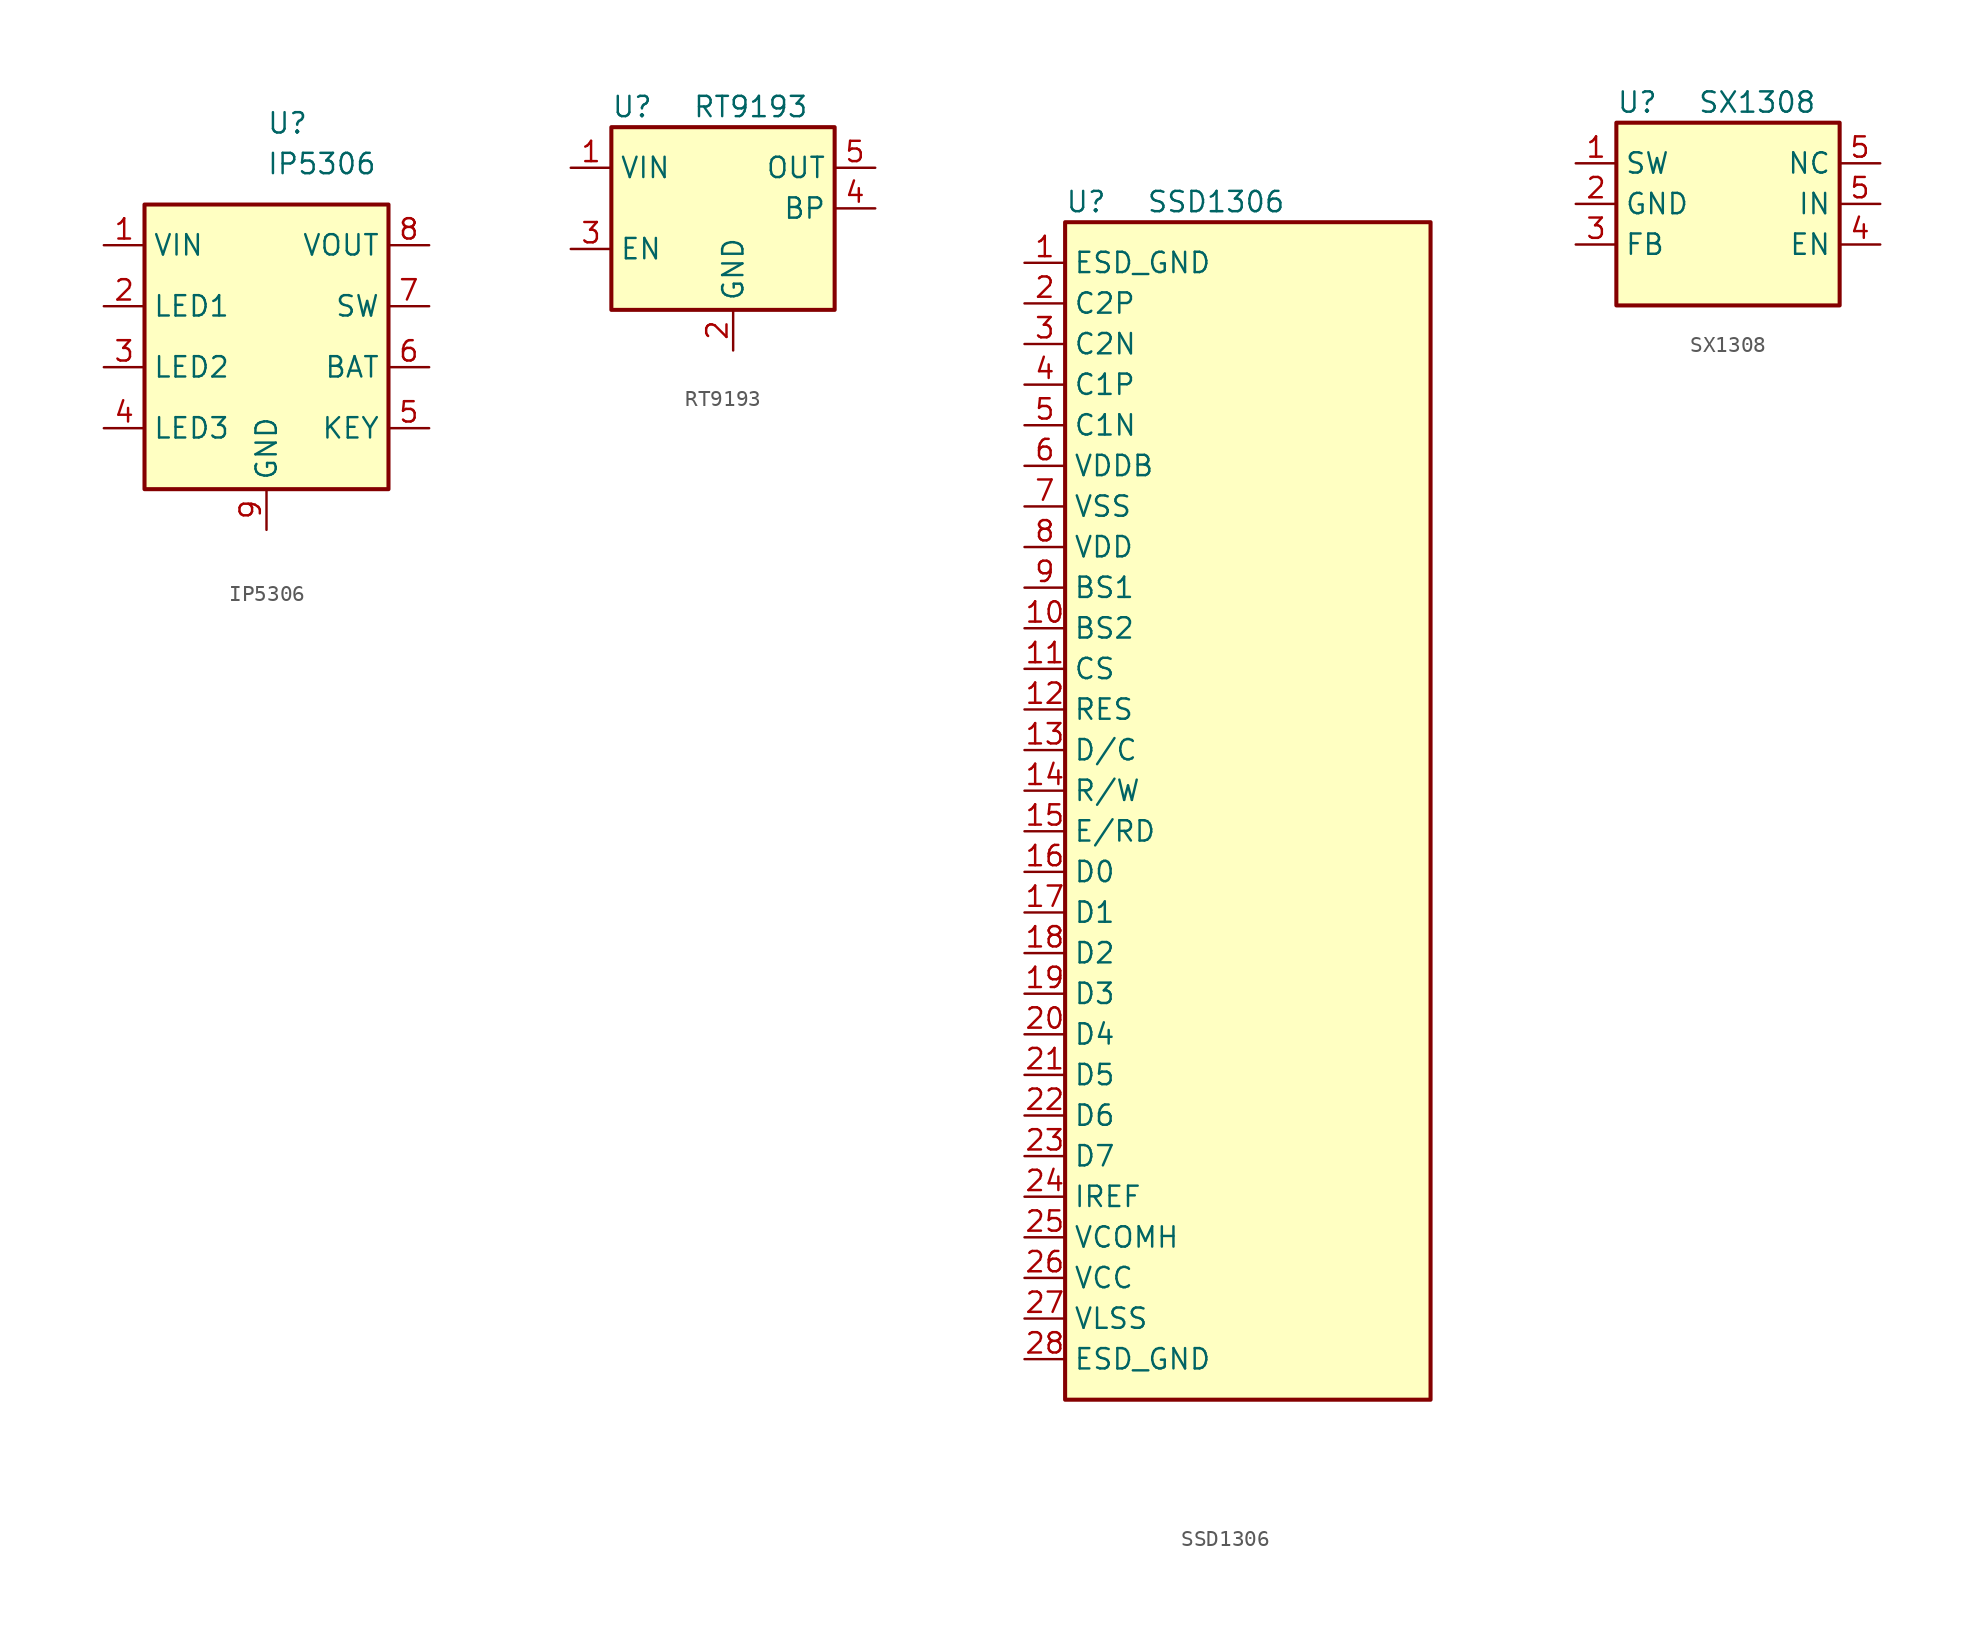
<source format=kicad_sym>
(kicad_symbol_lib
  (version 20220914)
  (generator kicad_symbol_editor)
  (symbol "IP5306"
    (property "Reference" "U"
      (at 7.62 5.08 0)
      (effects (font (size 1.27 1.27)) (justify left)))
    (property "Value" "IP5306"
      (at 7.62 2.54 0)
      (effects (font (size 1.27 1.27)) (justify left)))
    (symbol "IP5306_0_1"
      (rectangle (start 0 0) (end 15.24 -17.78) (stroke (width 0.254) (type default)) (fill (type background))))
    (symbol "IP5306_1_1"
      (pin bidirectional line (at -2.54 -2.54 0) (length 2.54) (name "VIN" (effects (font (size 1.27 1.27)))) (number "1" (effects (font (size 1.27 1.27)))))
      (pin bidirectional line (at -2.54 -6.35 0) (length 2.54) (name "LED1" (effects (font (size 1.27 1.27)))) (number "2" (effects (font (size 1.27 1.27)))))
      (pin bidirectional line (at -2.54 -10.16 0) (length 2.54) (name "LED2" (effects (font (size 1.27 1.27)))) (number "3" (effects (font (size 1.27 1.27)))))
      (pin bidirectional line (at -2.54 -13.97 0) (length 2.54) (name "LED3" (effects (font (size 1.27 1.27)))) (number "4" (effects (font (size 1.27 1.27)))))
      (pin bidirectional line (at 17.78 -13.97 180) (length 2.54) (name "KEY" (effects (font (size 1.27 1.27)))) (number "5" (effects (font (size 1.27 1.27)))))
      (pin bidirectional line (at 17.78 -10.16 180) (length 2.54) (name "BAT" (effects (font (size 1.27 1.27)))) (number "6" (effects (font (size 1.27 1.27)))))
      (pin bidirectional line (at 17.78 -6.35 180) (length 2.54) (name "SW" (effects (font (size 1.27 1.27)))) (number "7" (effects (font (size 1.27 1.27)))))
      (pin bidirectional line (at 17.78 -2.54 180) (length 2.54) (name "VOUT" (effects (font (size 1.27 1.27)))) (number "8" (effects (font (size 1.27 1.27)))))
      (pin bidirectional line (at 7.62 -20.32 90) (length 2.54) (name "GND" (effects (font (size 1.27 1.27)))) (number "9" (effects (font (size 1.27 1.27)))))))
  (symbol "RT9193"
    (property "Reference" "U"
      (at 0 1.27 0)
      (effects (font (size 1.27 1.27)) (justify left)))
    (property "Value" "RT9193"
      (at 5.08 1.27 0)
      (effects (font (size 1.27 1.27)) (justify left)))
    (symbol "RT9193_0_1"
      (rectangle (start 0 0) (end 13.97 -11.43) (stroke (width 0.254) (type default)) (fill (type background))))
    (symbol "RT9193_1_0"
      (pin bidirectional line (at -2.54 -2.54 0) (length 2.54) (name "VIN" (effects (font (size 1.27 1.27)))) (number "1" (effects (font (size 1.27 1.27)))))
      (pin bidirectional line (at 7.62 -13.97 90) (length 2.54) (name "GND" (effects (font (size 1.27 1.27)))) (number "2" (effects (font (size 1.27 1.27)))))
      (pin bidirectional line (at -2.54 -7.62 0) (length 2.54) (name "EN" (effects (font (size 1.27 1.27)))) (number "3" (effects (font (size 1.27 1.27)))))
      (pin bidirectional line (at 16.51 -5.08 180) (length 2.54) (name "BP" (effects (font (size 1.27 1.27)))) (number "4" (effects (font (size 1.27 1.27)))))
      (pin bidirectional line (at 16.51 -2.54 180) (length 2.54) (name "OUT" (effects (font (size 1.27 1.27)))) (number "5" (effects (font (size 1.27 1.27)))))))
  (symbol "SSD1306"
    (property "Reference" "U"
      (at 0 1.27 0)
      (effects (font (size 1.27 1.27)) (justify left)))
    (property "Value" "SSD1306"
      (at 5.08 1.27 0)
      (effects (font (size 1.27 1.27)) (justify left)))
    (symbol "SSD1306_0_1"
      (rectangle (start 0 0) (end 22.86 -73.66) (stroke (width 0.254) (type default)) (fill (type background))))
    (symbol "SSD1306_1_0"
      (pin bidirectional line (at -2.54 -2.54 0) (length 2.54) (name "ESD_GND" (effects (font (size 1.27 1.27)))) (number "1" (effects (font (size 1.27 1.27)))))
      (pin bidirectional line (at -2.54 -25.4 0) (length 2.54) (name "BS2" (effects (font (size 1.27 1.27)))) (number "10" (effects (font (size 1.27 1.27)))))
      (pin bidirectional line (at -2.54 -27.94 0) (length 2.54) (name "CS" (effects (font (size 1.27 1.27)))) (number "11" (effects (font (size 1.27 1.27)))))
      (pin bidirectional line (at -2.54 -30.48 0) (length 2.54) (name "RES" (effects (font (size 1.27 1.27)))) (number "12" (effects (font (size 1.27 1.27)))))
      (pin bidirectional line (at -2.54 -33.02 0) (length 2.54) (name "D/C" (effects (font (size 1.27 1.27)))) (number "13" (effects (font (size 1.27 1.27)))))
      (pin bidirectional line (at -2.54 -35.56 0) (length 2.54) (name "R/W" (effects (font (size 1.27 1.27)))) (number "14" (effects (font (size 1.27 1.27)))))
      (pin bidirectional line (at -2.54 -38.1 0) (length 2.54) (name "E/RD" (effects (font (size 1.27 1.27)))) (number "15" (effects (font (size 1.27 1.27)))))
      (pin bidirectional line (at -2.54 -40.64 0) (length 2.54) (name "D0" (effects (font (size 1.27 1.27)))) (number "16" (effects (font (size 1.27 1.27)))))
      (pin bidirectional line (at -2.54 -43.18 0) (length 2.54) (name "D1" (effects (font (size 1.27 1.27)))) (number "17" (effects (font (size 1.27 1.27)))))
      (pin bidirectional line (at -2.54 -45.72 0) (length 2.54) (name "D2" (effects (font (size 1.27 1.27)))) (number "18" (effects (font (size 1.27 1.27)))))
      (pin bidirectional line (at -2.54 -48.26 0) (length 2.54) (name "D3" (effects (font (size 1.27 1.27)))) (number "19" (effects (font (size 1.27 1.27)))))
      (pin bidirectional line (at -2.54 -5.08 0) (length 2.54) (name "C2P" (effects (font (size 1.27 1.27)))) (number "2" (effects (font (size 1.27 1.27)))))
      (pin bidirectional line (at -2.54 -50.8 0) (length 2.54) (name "D4" (effects (font (size 1.27 1.27)))) (number "20" (effects (font (size 1.27 1.27)))))
      (pin bidirectional line (at -2.54 -53.34 0) (length 2.54) (name "D5" (effects (font (size 1.27 1.27)))) (number "21" (effects (font (size 1.27 1.27)))))
      (pin bidirectional line (at -2.54 -55.88 0) (length 2.54) (name "D6" (effects (font (size 1.27 1.27)))) (number "22" (effects (font (size 1.27 1.27)))))
      (pin bidirectional line (at -2.54 -58.42 0) (length 2.54) (name "D7" (effects (font (size 1.27 1.27)))) (number "23" (effects (font (size 1.27 1.27)))))
      (pin bidirectional line (at -2.54 -60.96 0) (length 2.54) (name "IREF" (effects (font (size 1.27 1.27)))) (number "24" (effects (font (size 1.27 1.27)))))
      (pin bidirectional line (at -2.54 -63.5 0) (length 2.54) (name "VCOMH" (effects (font (size 1.27 1.27)))) (number "25" (effects (font (size 1.27 1.27)))))
      (pin bidirectional line (at -2.54 -66.04 0) (length 2.54) (name "VCC" (effects (font (size 1.27 1.27)))) (number "26" (effects (font (size 1.27 1.27)))))
      (pin bidirectional line (at -2.54 -68.58 0) (length 2.54) (name "VLSS" (effects (font (size 1.27 1.27)))) (number "27" (effects (font (size 1.27 1.27)))))
      (pin bidirectional line (at -2.54 -71.12 0) (length 2.54) (name "ESD_GND" (effects (font (size 1.27 1.27)))) (number "28" (effects (font (size 1.27 1.27)))))
      (pin bidirectional line (at -2.54 -7.62 0) (length 2.54) (name "C2N" (effects (font (size 1.27 1.27)))) (number "3" (effects (font (size 1.27 1.27)))))
      (pin bidirectional line (at -2.54 -10.16 0) (length 2.54) (name "C1P" (effects (font (size 1.27 1.27)))) (number "4" (effects (font (size 1.27 1.27)))))
      (pin bidirectional line (at -2.54 -12.7 0) (length 2.54) (name "C1N" (effects (font (size 1.27 1.27)))) (number "5" (effects (font (size 1.27 1.27)))))
      (pin bidirectional line (at -2.54 -15.24 0) (length 2.54) (name "VDDB" (effects (font (size 1.27 1.27)))) (number "6" (effects (font (size 1.27 1.27)))))
      (pin bidirectional line (at -2.54 -17.78 0) (length 2.54) (name "VSS" (effects (font (size 1.27 1.27)))) (number "7" (effects (font (size 1.27 1.27)))))
      (pin bidirectional line (at -2.54 -20.32 0) (length 2.54) (name "VDD" (effects (font (size 1.27 1.27)))) (number "8" (effects (font (size 1.27 1.27)))))
      (pin bidirectional line (at -2.54 -22.86 0) (length 2.54) (name "BS1" (effects (font (size 1.27 1.27)))) (number "9" (effects (font (size 1.27 1.27)))))))
  (symbol "SX1308"
    (property "Reference" "U"
      (at 0 1.27 0)
      (effects (font (size 1.27 1.27)) (justify left)))
    (property "Value" "SX1308"
      (at 5.08 1.27 0)
      (effects (font (size 1.27 1.27)) (justify left)))
    (symbol "SX1308_0_1"
      (rectangle (start 0 0) (end 13.97 -11.43) (stroke (width 0.254) (type default)) (fill (type background))))
    (symbol "SX1308_1_0"
      (pin bidirectional line (at -2.54 -2.54 0) (length 2.54) (name "SW" (effects (font (size 1.27 1.27)))) (number "1" (effects (font (size 1.27 1.27)))))
      (pin bidirectional line (at -2.54 -5.08 0) (length 2.54) (name "GND" (effects (font (size 1.27 1.27)))) (number "2" (effects (font (size 1.27 1.27)))))
      (pin bidirectional line (at -2.54 -7.62 0) (length 2.54) (name "FB" (effects (font (size 1.27 1.27)))) (number "3" (effects (font (size 1.27 1.27)))))
      (pin bidirectional line (at 16.51 -7.62 180) (length 2.54) (name "EN" (effects (font (size 1.27 1.27)))) (number "4" (effects (font (size 1.27 1.27)))))
      (pin bidirectional line (at 16.51 -5.08 180) (length 2.54) (name "IN" (effects (font (size 1.27 1.27)))) (number "5" (effects (font (size 1.27 1.27)))))
      (pin bidirectional line (at 16.51 -2.54 180) (length 2.54) (name "NC" (effects (font (size 1.27 1.27)))) (number "5" (effects (font (size 1.27 1.27))))))))
</source>
